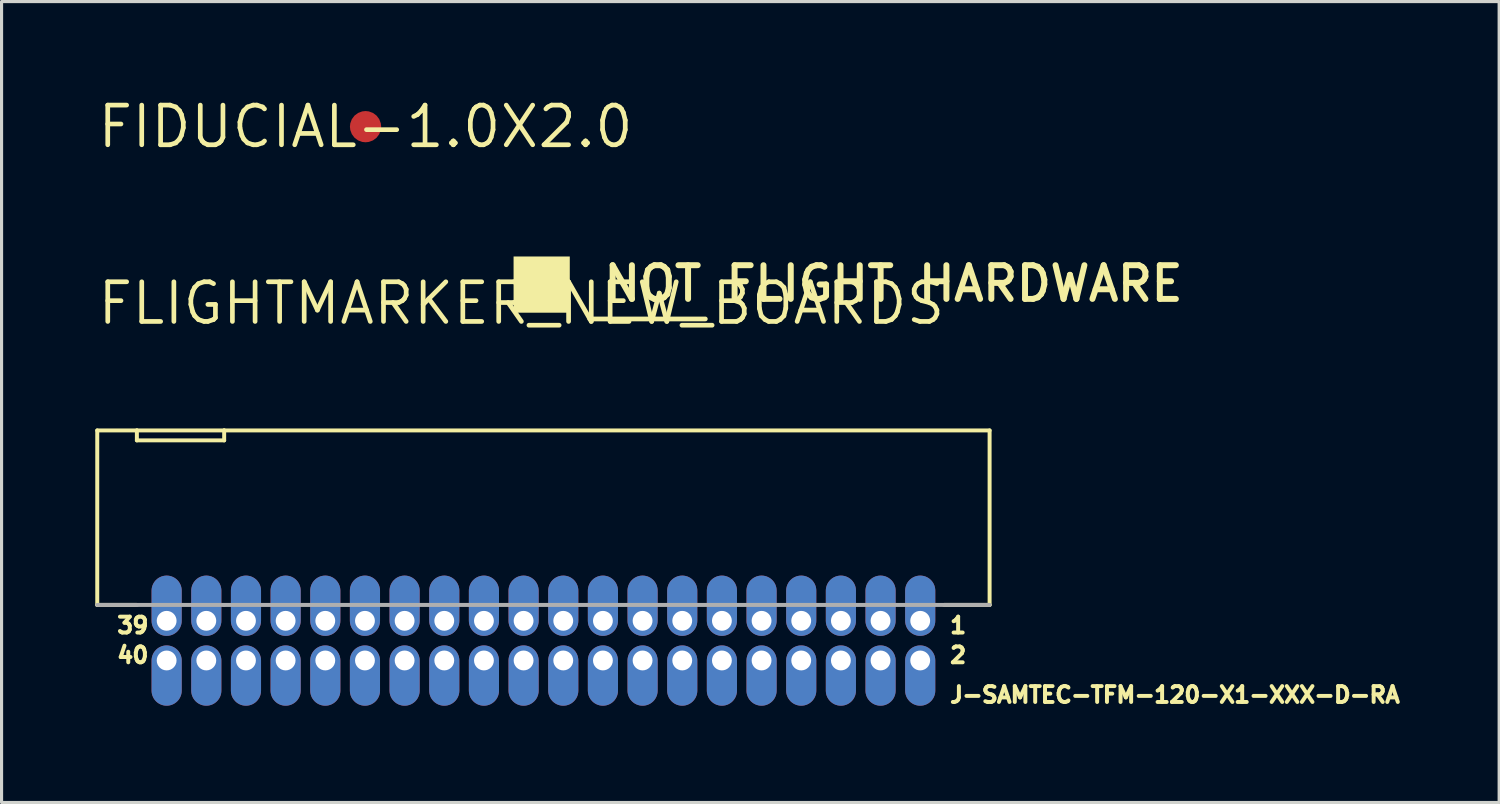
<source format=kicad_pcb>
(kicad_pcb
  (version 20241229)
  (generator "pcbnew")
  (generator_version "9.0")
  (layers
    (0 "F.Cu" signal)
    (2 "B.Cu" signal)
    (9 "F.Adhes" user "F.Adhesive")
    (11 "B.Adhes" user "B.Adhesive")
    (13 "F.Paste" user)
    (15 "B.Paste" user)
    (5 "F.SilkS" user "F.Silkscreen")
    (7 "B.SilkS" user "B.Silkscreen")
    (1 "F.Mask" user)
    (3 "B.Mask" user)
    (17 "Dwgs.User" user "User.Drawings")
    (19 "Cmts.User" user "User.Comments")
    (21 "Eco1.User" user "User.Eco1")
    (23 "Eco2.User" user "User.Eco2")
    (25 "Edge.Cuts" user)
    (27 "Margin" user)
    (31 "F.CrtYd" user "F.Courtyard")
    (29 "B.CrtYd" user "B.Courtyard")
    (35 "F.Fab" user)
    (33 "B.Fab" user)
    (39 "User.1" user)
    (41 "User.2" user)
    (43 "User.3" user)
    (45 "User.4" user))
  (footprint "FIDUCIAL-1.0X2.0"
    (layer "F.Cu")
    (at 8.655 1.006)
    (property "Reference" "FIDUCIAL-1.0X2.0" (at 0 0 0) (layer "F.SilkS") (effects (font (size 1.27 1.27) (thickness 0.15))))
    (fp_circle (center 0 0) (end 0.5 0) (stroke (width 1) (type solid)) (fill no) (layer "F.Mask"))
    (pad "FIDUCIAL" smd roundrect (at 0 0) (size 1 1) (layers "F.Cu") (roundrect_rratio 0.5))
    (zone (net_name "") (layer "F.Cu") (hatch edge 0.5) (connect_pads) (min_thickness 0.25) (filled_areas_thickness no) (keepout (tracks not_allowed) (vias not_allowed) (pads not_allowed) (copperpour not_allowed) (footprints allowed)) (placement (enabled no)) (fill) (polygon (pts (xy 9.655 1.006) (xy 9.635 0.805) (xy 9.574 0.612) (xy 9.476 0.435) (xy 9.344 0.281) (xy 9.184 0.158) (xy 9.003 0.068) (xy 8.807 0.018) (xy 8.605 0.007) (xy 8.405 0.038) (xy 8.215 0.108) (xy 8.043 0.215) (xy 7.897 0.355) (xy 7.781 0.521) (xy 7.701 0.707) (xy 7.661 0.905) (xy 7.661 1.107) (xy 7.701 1.306) (xy 7.781 1.492) (xy 7.897 1.658) (xy 8.043 1.797) (xy 8.215 1.904) (xy 8.405 1.974) (xy 8.605 2.005) (xy 8.807 1.995) (xy 9.003 1.944) (xy 9.184 1.855) (xy 9.344 1.731) (xy 9.476 1.577) (xy 9.574 1.401) (xy 9.635 1.207))) (polygon (pts (xy 8.655 1.006)))))
  (footprint "J-SAMTEC-TFM-120-X1-XXX-D-RA"
    (layer "F.Cu")
    (at 14.351 17.464)
    (property "Reference" "J-SAMTEC-TFM-120-X1-XXX-D-RA" (at 12.954 2.032 0) (layer "F.SilkS") (effects (font (size 0.508 0.508) (thickness 0.127)) (justify left bottom)))
    (fp_line (start -14.287 -6.731) (end -13.018 -6.731) (stroke (width 0.127) (type solid)) (layer "F.SilkS"))
    (fp_line (start -14.287 -1.143) (end -14.287 -6.731) (stroke (width 0.127) (type solid)) (layer "F.SilkS"))
    (fp_line (start -14.287 -1.143) (end -13.018 -1.143) (stroke (width 0.127) (type solid)) (layer "F.SilkS"))
    (fp_line (start -13.018 -6.731) (end -13.018 -6.413) (stroke (width 0.127) (type solid)) (layer "F.SilkS"))
    (fp_line (start -13.018 -6.731) (end -10.223 -6.731) (stroke (width 0.127) (type solid)) (layer "F.SilkS"))
    (fp_line (start -13.018 -6.413) (end -10.223 -6.413) (stroke (width 0.127) (type solid)) (layer "F.SilkS"))
    (fp_line (start -10.223 -6.731) (end 14.287 -6.731) (stroke (width 0.127) (type solid)) (layer "F.SilkS"))
    (fp_line (start -10.223 -6.413) (end -10.223 -6.731) (stroke (width 0.127) (type solid)) (layer "F.SilkS"))
    (fp_line (start 12.827 -1.143) (end 14.287 -1.143) (stroke (width 0.127) (type solid)) (layer "F.SilkS"))
    (fp_line (start 14.287 -6.731) (end 14.287 -1.143) (stroke (width 0.127) (type solid)) (layer "F.SilkS"))
    (fp_line (start -14.287 -1.143) (end -13.018 -1.143) (stroke (width 0.127) (type solid)) (layer "F.Fab"))
    (fp_line (start -13.018 -1.143) (end -10.223 -1.143) (stroke (width 0.127) (type solid)) (layer "F.Fab"))
    (fp_line (start -10.223 -1.143) (end 14.287 -1.143) (stroke (width 0.127) (type solid)) (layer "F.Fab"))
    (fp_text user "39" (at -13.716 -0.191 0) (layer "F.SilkS") (effects (font (size 0.508 0.508) (thickness 0.127)) (justify left bottom)))
    (fp_text user "2" (at 12.954 0.762 0) (layer "F.SilkS") (effects (font (size 0.508 0.508) (thickness 0.127)) (justify left bottom)))
    (fp_text user "1" (at 12.954 -0.191 0) (layer "F.SilkS") (effects (font (size 0.508 0.508) (thickness 0.127)) (justify left bottom)))
    (fp_text user "40" (at -13.716 0.762 0) (layer "F.SilkS") (effects (font (size 0.508 0.508) (thickness 0.127)) (justify left bottom)))
    (pad "1" thru_hole oval (at 12.065 -0.635 90) (size 1.93 0.965) (drill 0.635 (offset 0.483 0)) (layers "*.Cu" "*.Mask"))
    (pad "2" thru_hole oval (at 12.065 0.635 270) (size 1.93 0.965) (drill 0.635 (offset 0.483 0)) (layers "*.Cu" "*.Mask"))
    (pad "3" thru_hole oval (at 10.795 -0.635 90) (size 1.93 0.965) (drill 0.635 (offset 0.483 0)) (layers "*.Cu" "*.Mask"))
    (pad "4" thru_hole oval (at 10.795 0.635 270) (size 1.93 0.965) (drill 0.635 (offset 0.483 0)) (layers "*.Cu" "*.Mask"))
    (pad "5" thru_hole oval (at 9.525 -0.635 90) (size 1.93 0.965) (drill 0.635 (offset 0.483 0)) (layers "*.Cu" "*.Mask"))
    (pad "6" thru_hole oval (at 9.525 0.635 270) (size 1.93 0.965) (drill 0.635 (offset 0.483 0)) (layers "*.Cu" "*.Mask"))
    (pad "7" thru_hole oval (at 8.255 -0.635 90) (size 1.93 0.965) (drill 0.635 (offset 0.483 0)) (layers "*.Cu" "*.Mask"))
    (pad "8" thru_hole oval (at 8.255 0.635 270) (size 1.93 0.965) (drill 0.635 (offset 0.483 0)) (layers "*.Cu" "*.Mask"))
    (pad "9" thru_hole oval (at 6.985 -0.635 90) (size 1.93 0.965) (drill 0.635 (offset 0.483 0)) (layers "*.Cu" "*.Mask"))
    (pad "10" thru_hole oval (at 6.985 0.635 270) (size 1.93 0.965) (drill 0.635 (offset 0.483 0)) (layers "*.Cu" "*.Mask"))
    (pad "11" thru_hole oval (at 5.715 -0.635 90) (size 1.93 0.965) (drill 0.635 (offset 0.483 0)) (layers "*.Cu" "*.Mask"))
    (pad "12" thru_hole oval (at 5.715 0.635 270) (size 1.93 0.965) (drill 0.635 (offset 0.483 0)) (layers "*.Cu" "*.Mask"))
    (pad "13" thru_hole oval (at 4.445 -0.635 90) (size 1.93 0.965) (drill 0.635 (offset 0.483 0)) (layers "*.Cu" "*.Mask"))
    (pad "14" thru_hole oval (at 4.445 0.635 270) (size 1.93 0.965) (drill 0.635 (offset 0.483 0)) (layers "*.Cu" "*.Mask"))
    (pad "15" thru_hole oval (at 3.175 -0.635 90) (size 1.93 0.965) (drill 0.635 (offset 0.483 0)) (layers "*.Cu" "*.Mask"))
    (pad "16" thru_hole oval (at 3.175 0.635 270) (size 1.93 0.965) (drill 0.635 (offset 0.483 0)) (layers "*.Cu" "*.Mask"))
    (pad "17" thru_hole oval (at 1.905 -0.635 90) (size 1.93 0.965) (drill 0.635 (offset 0.483 0)) (layers "*.Cu" "*.Mask"))
    (pad "18" thru_hole oval (at 1.905 0.635 270) (size 1.93 0.965) (drill 0.635 (offset 0.483 0)) (layers "*.Cu" "*.Mask"))
    (pad "19" thru_hole oval (at 0.635 -0.635 90) (size 1.93 0.965) (drill 0.635 (offset 0.483 0)) (layers "*.Cu" "*.Mask"))
    (pad "20" thru_hole oval (at 0.635 0.635 270) (size 1.93 0.965) (drill 0.635 (offset 0.483 0)) (layers "*.Cu" "*.Mask"))
    (pad "21" thru_hole oval (at -0.635 -0.635 90) (size 1.93 0.965) (drill 0.635 (offset 0.483 0)) (layers "*.Cu" "*.Mask"))
    (pad "22" thru_hole oval (at -0.635 0.635 270) (size 1.93 0.965) (drill 0.635 (offset 0.483 0)) (layers "*.Cu" "*.Mask"))
    (pad "23" thru_hole oval (at -1.905 -0.635 90) (size 1.93 0.965) (drill 0.635 (offset 0.483 0)) (layers "*.Cu" "*.Mask"))
    (pad "24" thru_hole oval (at -1.905 0.635 270) (size 1.93 0.965) (drill 0.635 (offset 0.483 0)) (layers "*.Cu" "*.Mask"))
    (pad "25" thru_hole oval (at -3.175 -0.635 90) (size 1.93 0.965) (drill 0.635 (offset 0.483 0)) (layers "*.Cu" "*.Mask"))
    (pad "26" thru_hole oval (at -3.175 0.635 270) (size 1.93 0.965) (drill 0.635 (offset 0.483 0)) (layers "*.Cu" "*.Mask"))
    (pad "27" thru_hole oval (at -4.445 -0.635 90) (size 1.93 0.965) (drill 0.635 (offset 0.483 0)) (layers "*.Cu" "*.Mask"))
    (pad "28" thru_hole oval (at -4.445 0.635 270) (size 1.93 0.965) (drill 0.635 (offset 0.483 0)) (layers "*.Cu" "*.Mask"))
    (pad "29" thru_hole oval (at -5.715 -0.635 90) (size 1.93 0.965) (drill 0.635 (offset 0.483 0)) (layers "*.Cu" "*.Mask"))
    (pad "30" thru_hole oval (at -5.715 0.635 270) (size 1.93 0.965) (drill 0.635 (offset 0.483 0)) (layers "*.Cu" "*.Mask"))
    (pad "31" thru_hole oval (at -6.985 -0.635 90) (size 1.93 0.965) (drill 0.635 (offset 0.483 0)) (layers "*.Cu" "*.Mask"))
    (pad "32" thru_hole oval (at -6.985 0.635 270) (size 1.93 0.965) (drill 0.635 (offset 0.483 0)) (layers "*.Cu" "*.Mask"))
    (pad "33" thru_hole oval (at -8.255 -0.635 90) (size 1.93 0.965) (drill 0.635 (offset 0.483 0)) (layers "*.Cu" "*.Mask"))
    (pad "34" thru_hole oval (at -8.255 0.635 270) (size 1.93 0.965) (drill 0.635 (offset 0.483 0)) (layers "*.Cu" "*.Mask"))
    (pad "35" thru_hole oval (at -9.525 -0.635 90) (size 1.93 0.965) (drill 0.635 (offset 0.483 0)) (layers "*.Cu" "*.Mask"))
    (pad "36" thru_hole oval (at -9.525 0.635 270) (size 1.93 0.965) (drill 0.635 (offset 0.483 0)) (layers "*.Cu" "*.Mask"))
    (pad "37" thru_hole oval (at -10.795 -0.635 90) (size 1.93 0.965) (drill 0.635 (offset 0.483 0)) (layers "*.Cu" "*.Mask"))
    (pad "38" thru_hole oval (at -10.795 0.635 270) (size 1.93 0.965) (drill 0.635 (offset 0.483 0)) (layers "*.Cu" "*.Mask"))
    (pad "39" thru_hole oval (at -12.065 -0.635 90) (size 1.93 0.965) (drill 0.635 (offset 0.483 0)) (layers "*.Cu" "*.Mask"))
    (pad "40" thru_hole oval (at -12.065 0.635 270) (size 1.93 0.965) (drill 0.635 (offset 0.483 0)) (layers "*.Cu" "*.Mask")))
  (footprint "FLIGHTMARKER_NEW_BOARDS"
    (layer "F.Cu")
    (at 13.645 6.663)
    (property "Reference" "FLIGHTMARKER_NEW_BOARDS" (at 0 0 0) (layer "F.SilkS") (effects (font (size 1.27 1.27) (thickness 0.15))))
    (fp_line (start 2.19 0.5) (end 5.89 0.5) (stroke (width 0.152) (type solid)) (layer "F.SilkS"))
    (fp_poly (pts (xy -0.25 0.3) (xy 1.55 0.3) (xy 1.55 -1.5) (xy -0.25 -1.5)) (stroke (width 0) (type default)) (fill yes) (layer "F.SilkS"))
    (fp_text user "NOT FLIGHT HARDWARE" (at 2.54 0 0) (layer "F.SilkS") (effects (font (size 1.079 1.079) (thickness 0.191)) (justify left bottom))))
  (gr_rect
    (start -3 -3)
    (end 44.954 22.647)
    (stroke (width 0.1) (type default))
    (fill no)
    (layer "Edge.Cuts")))
</source>
